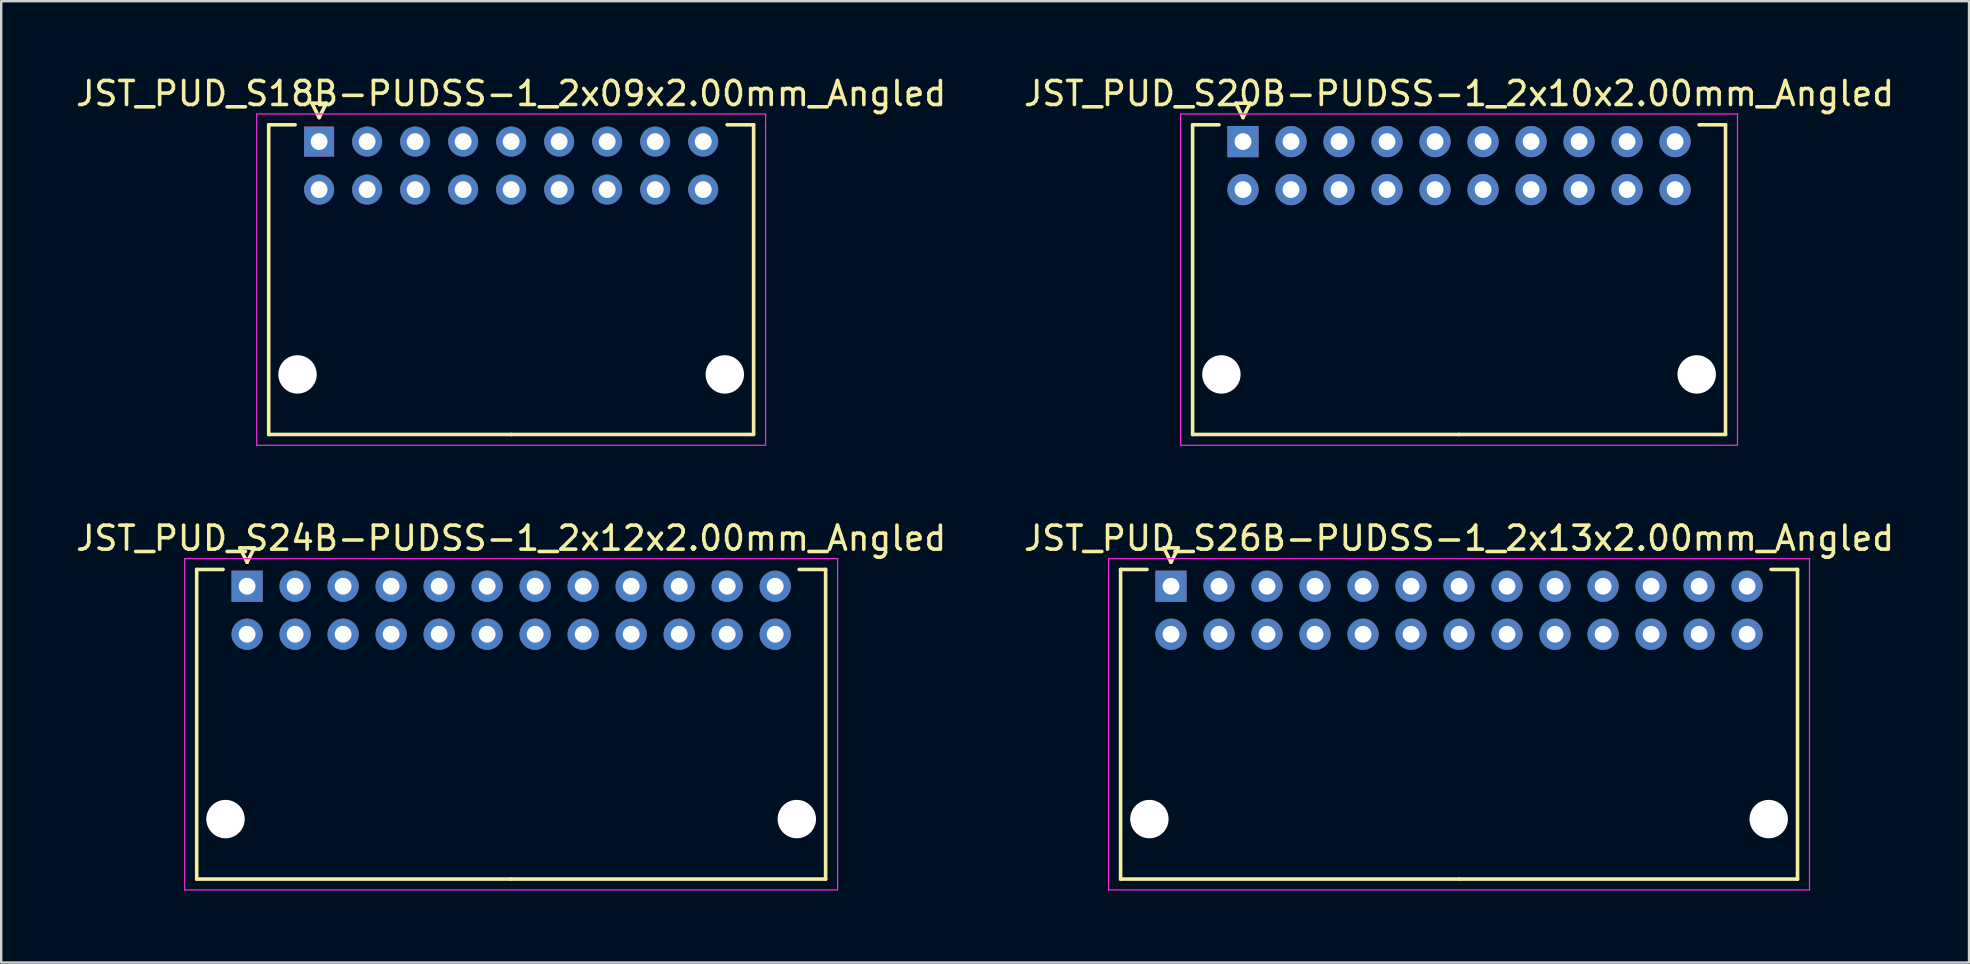
<source format=kicad_pcb>
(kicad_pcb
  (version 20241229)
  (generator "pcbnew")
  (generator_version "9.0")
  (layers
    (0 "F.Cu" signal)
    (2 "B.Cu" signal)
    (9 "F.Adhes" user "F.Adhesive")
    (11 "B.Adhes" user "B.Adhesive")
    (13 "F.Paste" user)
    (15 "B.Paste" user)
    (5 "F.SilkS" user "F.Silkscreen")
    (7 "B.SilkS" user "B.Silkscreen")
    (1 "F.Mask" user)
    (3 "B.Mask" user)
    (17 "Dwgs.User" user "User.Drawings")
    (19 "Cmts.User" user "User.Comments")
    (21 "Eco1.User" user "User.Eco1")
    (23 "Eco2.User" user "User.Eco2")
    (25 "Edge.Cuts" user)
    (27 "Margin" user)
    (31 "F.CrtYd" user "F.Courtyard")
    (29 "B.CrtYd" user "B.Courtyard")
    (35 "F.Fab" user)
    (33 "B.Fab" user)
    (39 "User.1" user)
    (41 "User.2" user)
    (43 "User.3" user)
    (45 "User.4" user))
  (footprint "JST_PUD_S24B-PUDSS-1_2x12x2.00mm_Angled"
    (layer "F.Cu")
    (at 7.244 21.372)
    (property "Reference" "JST_PUD_S24B-PUDSS-1_2x12x2.00mm_Angled" (at 11 -2 0) (layer "F.SilkS") (effects (font (size 1 1) (thickness 0.15))))
    (attr through_hole)
    (fp_line (start -2.1 -0.7) (end -2.1 12.2) (stroke (width 0.15) (type solid)) (layer "F.SilkS"))
    (fp_line (start -2.1 12.2) (end 11 12.2) (stroke (width 0.15) (type solid)) (layer "F.SilkS"))
    (fp_line (start -1 -0.7) (end -2.1 -0.7) (stroke (width 0.15) (type solid)) (layer "F.SilkS"))
    (fp_line (start -0.3 -1.6) (end 0.3 -1.6) (stroke (width 0.15) (type solid)) (layer "F.SilkS"))
    (fp_line (start 0 -1) (end -0.3 -1.6) (stroke (width 0.15) (type solid)) (layer "F.SilkS"))
    (fp_line (start 0.3 -1.6) (end 0 -1) (stroke (width 0.15) (type solid)) (layer "F.SilkS"))
    (fp_line (start 23 -0.7) (end 24.1 -0.7) (stroke (width 0.15) (type solid)) (layer "F.SilkS"))
    (fp_line (start 24.1 -0.7) (end 24.1 12.2) (stroke (width 0.15) (type solid)) (layer "F.SilkS"))
    (fp_line (start 24.1 12.2) (end 11 12.2) (stroke (width 0.15) (type solid)) (layer "F.SilkS"))
    (fp_line (start -2.6 -1.15) (end -2.6 12.65) (stroke (width 0.05) (type solid)) (layer "F.CrtYd"))
    (fp_line (start -2.6 12.65) (end 24.6 12.65) (stroke (width 0.05) (type solid)) (layer "F.CrtYd"))
    (fp_line (start 24.6 -1.15) (end -2.6 -1.15) (stroke (width 0.05) (type solid)) (layer "F.CrtYd"))
    (fp_line (start 24.6 12.65) (end 24.6 -1.15) (stroke (width 0.05) (type solid)) (layer "F.CrtYd"))
    (pad "" np_thru_hole circle (at -0.9 9.7) (size 1.6 1.6) (drill 1.6) (layers "*.Cu"))
    (pad "" np_thru_hole circle (at 22.9 9.7) (size 1.6 1.6) (drill 1.6) (layers "*.Cu"))
    (pad "1" thru_hole rect (at 0 0) (size 1.3 1.3) (drill 0.7) (layers "*.Cu" "*.Mask"))
    (pad "2" thru_hole circle (at 0 2) (size 1.3 1.3) (drill 0.7) (layers "*.Cu" "*.Mask"))
    (pad "3" thru_hole circle (at 2 0) (size 1.3 1.3) (drill 0.7) (layers "*.Cu" "*.Mask"))
    (pad "4" thru_hole circle (at 2 2) (size 1.3 1.3) (drill 0.7) (layers "*.Cu" "*.Mask"))
    (pad "5" thru_hole circle (at 4 0) (size 1.3 1.3) (drill 0.7) (layers "*.Cu" "*.Mask"))
    (pad "6" thru_hole circle (at 4 2) (size 1.3 1.3) (drill 0.7) (layers "*.Cu" "*.Mask"))
    (pad "7" thru_hole circle (at 6 0) (size 1.3 1.3) (drill 0.7) (layers "*.Cu" "*.Mask"))
    (pad "8" thru_hole circle (at 6 2) (size 1.3 1.3) (drill 0.7) (layers "*.Cu" "*.Mask"))
    (pad "9" thru_hole circle (at 8 0) (size 1.3 1.3) (drill 0.7) (layers "*.Cu" "*.Mask"))
    (pad "10" thru_hole circle (at 8 2) (size 1.3 1.3) (drill 0.7) (layers "*.Cu" "*.Mask"))
    (pad "11" thru_hole circle (at 10 0) (size 1.3 1.3) (drill 0.7) (layers "*.Cu" "*.Mask"))
    (pad "12" thru_hole circle (at 10 2) (size 1.3 1.3) (drill 0.7) (layers "*.Cu" "*.Mask"))
    (pad "13" thru_hole circle (at 12 0) (size 1.3 1.3) (drill 0.7) (layers "*.Cu" "*.Mask"))
    (pad "14" thru_hole circle (at 12 2) (size 1.3 1.3) (drill 0.7) (layers "*.Cu" "*.Mask"))
    (pad "15" thru_hole circle (at 14 0) (size 1.3 1.3) (drill 0.7) (layers "*.Cu" "*.Mask"))
    (pad "16" thru_hole circle (at 14 2) (size 1.3 1.3) (drill 0.7) (layers "*.Cu" "*.Mask"))
    (pad "17" thru_hole circle (at 16 0) (size 1.3 1.3) (drill 0.7) (layers "*.Cu" "*.Mask"))
    (pad "18" thru_hole circle (at 16 2) (size 1.3 1.3) (drill 0.7) (layers "*.Cu" "*.Mask"))
    (pad "19" thru_hole circle (at 18 0) (size 1.3 1.3) (drill 0.7) (layers "*.Cu" "*.Mask"))
    (pad "20" thru_hole circle (at 18 2) (size 1.3 1.3) (drill 0.7) (layers "*.Cu" "*.Mask"))
    (pad "21" thru_hole circle (at 20 0) (size 1.3 1.3) (drill 0.7) (layers "*.Cu" "*.Mask"))
    (pad "22" thru_hole circle (at 20 2) (size 1.3 1.3) (drill 0.7) (layers "*.Cu" "*.Mask"))
    (pad "23" thru_hole circle (at 22 0) (size 1.3 1.3) (drill 0.7) (layers "*.Cu" "*.Mask"))
    (pad "24" thru_hole circle (at 22 2) (size 1.3 1.3) (drill 0.7) (layers "*.Cu" "*.Mask")))
  (footprint "JST_PUD_S18B-PUDSS-1_2x09x2.00mm_Angled"
    (layer "F.Cu")
    (at 10.244 2.848)
    (property "Reference" "JST_PUD_S18B-PUDSS-1_2x09x2.00mm_Angled" (at 8 -2 0) (layer "F.SilkS") (effects (font (size 1 1) (thickness 0.15))))
    (attr through_hole)
    (fp_line (start -2.1 -0.7) (end -2.1 12.2) (stroke (width 0.15) (type solid)) (layer "F.SilkS"))
    (fp_line (start -2.1 12.2) (end 8 12.2) (stroke (width 0.15) (type solid)) (layer "F.SilkS"))
    (fp_line (start -1 -0.7) (end -2.1 -0.7) (stroke (width 0.15) (type solid)) (layer "F.SilkS"))
    (fp_line (start -0.3 -1.6) (end 0.3 -1.6) (stroke (width 0.15) (type solid)) (layer "F.SilkS"))
    (fp_line (start 0 -1) (end -0.3 -1.6) (stroke (width 0.15) (type solid)) (layer "F.SilkS"))
    (fp_line (start 0.3 -1.6) (end 0 -1) (stroke (width 0.15) (type solid)) (layer "F.SilkS"))
    (fp_line (start 17 -0.7) (end 18.1 -0.7) (stroke (width 0.15) (type solid)) (layer "F.SilkS"))
    (fp_line (start 18.1 -0.7) (end 18.1 12.2) (stroke (width 0.15) (type solid)) (layer "F.SilkS"))
    (fp_line (start 18.1 12.2) (end 8 12.2) (stroke (width 0.15) (type solid)) (layer "F.SilkS"))
    (fp_line (start -2.6 -1.15) (end -2.6 12.65) (stroke (width 0.05) (type solid)) (layer "F.CrtYd"))
    (fp_line (start -2.6 12.65) (end 18.6 12.65) (stroke (width 0.05) (type solid)) (layer "F.CrtYd"))
    (fp_line (start 18.6 -1.15) (end -2.6 -1.15) (stroke (width 0.05) (type solid)) (layer "F.CrtYd"))
    (fp_line (start 18.6 12.65) (end 18.6 -1.15) (stroke (width 0.05) (type solid)) (layer "F.CrtYd"))
    (pad "" np_thru_hole circle (at -0.9 9.7) (size 1.6 1.6) (drill 1.6) (layers "*.Cu"))
    (pad "" np_thru_hole circle (at 16.9 9.7) (size 1.6 1.6) (drill 1.6) (layers "*.Cu"))
    (pad "1" thru_hole rect (at 0 0) (size 1.25 1.25) (drill 0.7) (layers "*.Cu" "*.Mask"))
    (pad "2" thru_hole circle (at 0 2) (size 1.25 1.25) (drill 0.7) (layers "*.Cu" "*.Mask"))
    (pad "3" thru_hole circle (at 2 0) (size 1.25 1.25) (drill 0.7) (layers "*.Cu" "*.Mask"))
    (pad "4" thru_hole circle (at 2 2) (size 1.25 1.25) (drill 0.7) (layers "*.Cu" "*.Mask"))
    (pad "5" thru_hole circle (at 4 0) (size 1.25 1.25) (drill 0.7) (layers "*.Cu" "*.Mask"))
    (pad "6" thru_hole circle (at 4 2) (size 1.25 1.25) (drill 0.7) (layers "*.Cu" "*.Mask"))
    (pad "7" thru_hole circle (at 6 0) (size 1.25 1.25) (drill 0.7) (layers "*.Cu" "*.Mask"))
    (pad "8" thru_hole circle (at 6 2) (size 1.25 1.25) (drill 0.7) (layers "*.Cu" "*.Mask"))
    (pad "9" thru_hole circle (at 8 0) (size 1.25 1.25) (drill 0.7) (layers "*.Cu" "*.Mask"))
    (pad "10" thru_hole circle (at 8 2) (size 1.25 1.25) (drill 0.7) (layers "*.Cu" "*.Mask"))
    (pad "11" thru_hole circle (at 10 0) (size 1.25 1.25) (drill 0.7) (layers "*.Cu" "*.Mask"))
    (pad "12" thru_hole circle (at 10 2) (size 1.25 1.25) (drill 0.7) (layers "*.Cu" "*.Mask"))
    (pad "13" thru_hole circle (at 12 0) (size 1.25 1.25) (drill 0.7) (layers "*.Cu" "*.Mask"))
    (pad "14" thru_hole circle (at 12 2) (size 1.25 1.25) (drill 0.7) (layers "*.Cu" "*.Mask"))
    (pad "15" thru_hole circle (at 14 0) (size 1.25 1.25) (drill 0.7) (layers "*.Cu" "*.Mask"))
    (pad "16" thru_hole circle (at 14 2) (size 1.25 1.25) (drill 0.7) (layers "*.Cu" "*.Mask"))
    (pad "17" thru_hole circle (at 16 0) (size 1.25 1.25) (drill 0.7) (layers "*.Cu" "*.Mask"))
    (pad "18" thru_hole circle (at 16 2) (size 1.25 1.25) (drill 0.7) (layers "*.Cu" "*.Mask")))
  (footprint "JST_PUD_S20B-PUDSS-1_2x10x2.00mm_Angled"
    (layer "F.Cu")
    (at 48.732 2.848)
    (property "Reference" "JST_PUD_S20B-PUDSS-1_2x10x2.00mm_Angled" (at 9 -2 0) (layer "F.SilkS") (effects (font (size 1 1) (thickness 0.15))))
    (attr through_hole)
    (fp_line (start -2.1 -0.7) (end -2.1 12.2) (stroke (width 0.15) (type solid)) (layer "F.SilkS"))
    (fp_line (start -2.1 12.2) (end 9 12.2) (stroke (width 0.15) (type solid)) (layer "F.SilkS"))
    (fp_line (start -1 -0.7) (end -2.1 -0.7) (stroke (width 0.15) (type solid)) (layer "F.SilkS"))
    (fp_line (start -0.3 -1.6) (end 0.3 -1.6) (stroke (width 0.15) (type solid)) (layer "F.SilkS"))
    (fp_line (start 0 -1) (end -0.3 -1.6) (stroke (width 0.15) (type solid)) (layer "F.SilkS"))
    (fp_line (start 0.3 -1.6) (end 0 -1) (stroke (width 0.15) (type solid)) (layer "F.SilkS"))
    (fp_line (start 19 -0.7) (end 20.1 -0.7) (stroke (width 0.15) (type solid)) (layer "F.SilkS"))
    (fp_line (start 20.1 -0.7) (end 20.1 12.2) (stroke (width 0.15) (type solid)) (layer "F.SilkS"))
    (fp_line (start 20.1 12.2) (end 9 12.2) (stroke (width 0.15) (type solid)) (layer "F.SilkS"))
    (fp_line (start -2.6 -1.15) (end -2.6 12.65) (stroke (width 0.05) (type solid)) (layer "F.CrtYd"))
    (fp_line (start -2.6 12.65) (end 20.6 12.65) (stroke (width 0.05) (type solid)) (layer "F.CrtYd"))
    (fp_line (start 20.6 -1.15) (end -2.6 -1.15) (stroke (width 0.05) (type solid)) (layer "F.CrtYd"))
    (fp_line (start 20.6 12.65) (end 20.6 -1.15) (stroke (width 0.05) (type solid)) (layer "F.CrtYd"))
    (pad "" np_thru_hole circle (at -0.9 9.7) (size 1.6 1.6) (drill 1.6) (layers "*.Cu"))
    (pad "" np_thru_hole circle (at 18.9 9.7) (size 1.6 1.6) (drill 1.6) (layers "*.Cu"))
    (pad "1" thru_hole rect (at 0 0) (size 1.3 1.3) (drill 0.7) (layers "*.Cu" "*.Mask"))
    (pad "2" thru_hole circle (at 0 2) (size 1.3 1.3) (drill 0.7) (layers "*.Cu" "*.Mask"))
    (pad "3" thru_hole circle (at 2 0) (size 1.3 1.3) (drill 0.7) (layers "*.Cu" "*.Mask"))
    (pad "4" thru_hole circle (at 2 2) (size 1.3 1.3) (drill 0.7) (layers "*.Cu" "*.Mask"))
    (pad "5" thru_hole circle (at 4 0) (size 1.3 1.3) (drill 0.7) (layers "*.Cu" "*.Mask"))
    (pad "6" thru_hole circle (at 4 2) (size 1.3 1.3) (drill 0.7) (layers "*.Cu" "*.Mask"))
    (pad "7" thru_hole circle (at 6 0) (size 1.3 1.3) (drill 0.7) (layers "*.Cu" "*.Mask"))
    (pad "8" thru_hole circle (at 6 2) (size 1.3 1.3) (drill 0.7) (layers "*.Cu" "*.Mask"))
    (pad "9" thru_hole circle (at 8 0) (size 1.3 1.3) (drill 0.7) (layers "*.Cu" "*.Mask"))
    (pad "10" thru_hole circle (at 8 2) (size 1.3 1.3) (drill 0.7) (layers "*.Cu" "*.Mask"))
    (pad "11" thru_hole circle (at 10 0) (size 1.3 1.3) (drill 0.7) (layers "*.Cu" "*.Mask"))
    (pad "12" thru_hole circle (at 10 2) (size 1.3 1.3) (drill 0.7) (layers "*.Cu" "*.Mask"))
    (pad "13" thru_hole circle (at 12 0) (size 1.3 1.3) (drill 0.7) (layers "*.Cu" "*.Mask"))
    (pad "14" thru_hole circle (at 12 2) (size 1.3 1.3) (drill 0.7) (layers "*.Cu" "*.Mask"))
    (pad "15" thru_hole circle (at 14 0) (size 1.3 1.3) (drill 0.7) (layers "*.Cu" "*.Mask"))
    (pad "16" thru_hole circle (at 14 2) (size 1.3 1.3) (drill 0.7) (layers "*.Cu" "*.Mask"))
    (pad "17" thru_hole circle (at 16 0) (size 1.3 1.3) (drill 0.7) (layers "*.Cu" "*.Mask"))
    (pad "18" thru_hole circle (at 16 2) (size 1.3 1.3) (drill 0.7) (layers "*.Cu" "*.Mask"))
    (pad "19" thru_hole circle (at 18 0) (size 1.3 1.3) (drill 0.7) (layers "*.Cu" "*.Mask"))
    (pad "20" thru_hole circle (at 18 2) (size 1.3 1.3) (drill 0.7) (layers "*.Cu" "*.Mask")))
  (footprint "JST_PUD_S26B-PUDSS-1_2x13x2.00mm_Angled"
    (layer "F.Cu")
    (at 45.732 21.372)
    (property "Reference" "JST_PUD_S26B-PUDSS-1_2x13x2.00mm_Angled" (at 12 -2 0) (layer "F.SilkS") (effects (font (size 1 1) (thickness 0.15))))
    (attr through_hole)
    (fp_line (start -2.1 -0.7) (end -2.1 12.2) (stroke (width 0.15) (type solid)) (layer "F.SilkS"))
    (fp_line (start -2.1 12.2) (end 12 12.2) (stroke (width 0.15) (type solid)) (layer "F.SilkS"))
    (fp_line (start -1 -0.7) (end -2.1 -0.7) (stroke (width 0.15) (type solid)) (layer "F.SilkS"))
    (fp_line (start -0.3 -1.6) (end 0.3 -1.6) (stroke (width 0.15) (type solid)) (layer "F.SilkS"))
    (fp_line (start 0 -1) (end -0.3 -1.6) (stroke (width 0.15) (type solid)) (layer "F.SilkS"))
    (fp_line (start 0.3 -1.6) (end 0 -1) (stroke (width 0.15) (type solid)) (layer "F.SilkS"))
    (fp_line (start 25 -0.7) (end 26.1 -0.7) (stroke (width 0.15) (type solid)) (layer "F.SilkS"))
    (fp_line (start 26.1 -0.7) (end 26.1 12.2) (stroke (width 0.15) (type solid)) (layer "F.SilkS"))
    (fp_line (start 26.1 12.2) (end 12 12.2) (stroke (width 0.15) (type solid)) (layer "F.SilkS"))
    (fp_line (start -2.6 -1.15) (end -2.6 12.65) (stroke (width 0.05) (type solid)) (layer "F.CrtYd"))
    (fp_line (start -2.6 12.65) (end 26.6 12.65) (stroke (width 0.05) (type solid)) (layer "F.CrtYd"))
    (fp_line (start 26.6 -1.15) (end -2.6 -1.15) (stroke (width 0.05) (type solid)) (layer "F.CrtYd"))
    (fp_line (start 26.6 12.65) (end 26.6 -1.15) (stroke (width 0.05) (type solid)) (layer "F.CrtYd"))
    (pad "" np_thru_hole circle (at -0.9 9.7) (size 1.6 1.6) (drill 1.6) (layers "*.Cu"))
    (pad "" np_thru_hole circle (at 24.9 9.7) (size 1.6 1.6) (drill 1.6) (layers "*.Cu"))
    (pad "1" thru_hole rect (at 0 0) (size 1.3 1.3) (drill 0.7) (layers "*.Cu" "*.Mask"))
    (pad "2" thru_hole circle (at 0 2) (size 1.3 1.3) (drill 0.7) (layers "*.Cu" "*.Mask"))
    (pad "3" thru_hole circle (at 2 0) (size 1.3 1.3) (drill 0.7) (layers "*.Cu" "*.Mask"))
    (pad "4" thru_hole circle (at 2 2) (size 1.3 1.3) (drill 0.7) (layers "*.Cu" "*.Mask"))
    (pad "5" thru_hole circle (at 4 0) (size 1.3 1.3) (drill 0.7) (layers "*.Cu" "*.Mask"))
    (pad "6" thru_hole circle (at 4 2) (size 1.3 1.3) (drill 0.7) (layers "*.Cu" "*.Mask"))
    (pad "7" thru_hole circle (at 6 0) (size 1.3 1.3) (drill 0.7) (layers "*.Cu" "*.Mask"))
    (pad "8" thru_hole circle (at 6 2) (size 1.3 1.3) (drill 0.7) (layers "*.Cu" "*.Mask"))
    (pad "9" thru_hole circle (at 8 0) (size 1.3 1.3) (drill 0.7) (layers "*.Cu" "*.Mask"))
    (pad "10" thru_hole circle (at 8 2) (size 1.3 1.3) (drill 0.7) (layers "*.Cu" "*.Mask"))
    (pad "11" thru_hole circle (at 10 0) (size 1.3 1.3) (drill 0.7) (layers "*.Cu" "*.Mask"))
    (pad "12" thru_hole circle (at 10 2) (size 1.3 1.3) (drill 0.7) (layers "*.Cu" "*.Mask"))
    (pad "13" thru_hole circle (at 12 0) (size 1.3 1.3) (drill 0.7) (layers "*.Cu" "*.Mask"))
    (pad "14" thru_hole circle (at 12 2) (size 1.3 1.3) (drill 0.7) (layers "*.Cu" "*.Mask"))
    (pad "15" thru_hole circle (at 14 0) (size 1.3 1.3) (drill 0.7) (layers "*.Cu" "*.Mask"))
    (pad "16" thru_hole circle (at 14 2) (size 1.3 1.3) (drill 0.7) (layers "*.Cu" "*.Mask"))
    (pad "17" thru_hole circle (at 16 0) (size 1.3 1.3) (drill 0.7) (layers "*.Cu" "*.Mask"))
    (pad "18" thru_hole circle (at 16 2) (size 1.3 1.3) (drill 0.7) (layers "*.Cu" "*.Mask"))
    (pad "19" thru_hole circle (at 18 0) (size 1.3 1.3) (drill 0.7) (layers "*.Cu" "*.Mask"))
    (pad "20" thru_hole circle (at 18 2) (size 1.3 1.3) (drill 0.7) (layers "*.Cu" "*.Mask"))
    (pad "21" thru_hole circle (at 20 0) (size 1.3 1.3) (drill 0.7) (layers "*.Cu" "*.Mask"))
    (pad "22" thru_hole circle (at 20 2) (size 1.3 1.3) (drill 0.7) (layers "*.Cu" "*.Mask"))
    (pad "23" thru_hole circle (at 22 0) (size 1.3 1.3) (drill 0.7) (layers "*.Cu" "*.Mask"))
    (pad "24" thru_hole circle (at 22 2) (size 1.3 1.3) (drill 0.7) (layers "*.Cu" "*.Mask"))
    (pad "25" thru_hole circle (at 24 0) (size 1.3 1.3) (drill 0.7) (layers "*.Cu" "*.Mask"))
    (pad "26" thru_hole circle (at 24 2) (size 1.3 1.3) (drill 0.7) (layers "*.Cu" "*.Mask")))
  (gr_rect
    (start -3 -3)
    (end 78.976 37.047)
    (stroke (width 0.1) (type default))
    (fill no)
    (layer "Edge.Cuts")))
</source>
